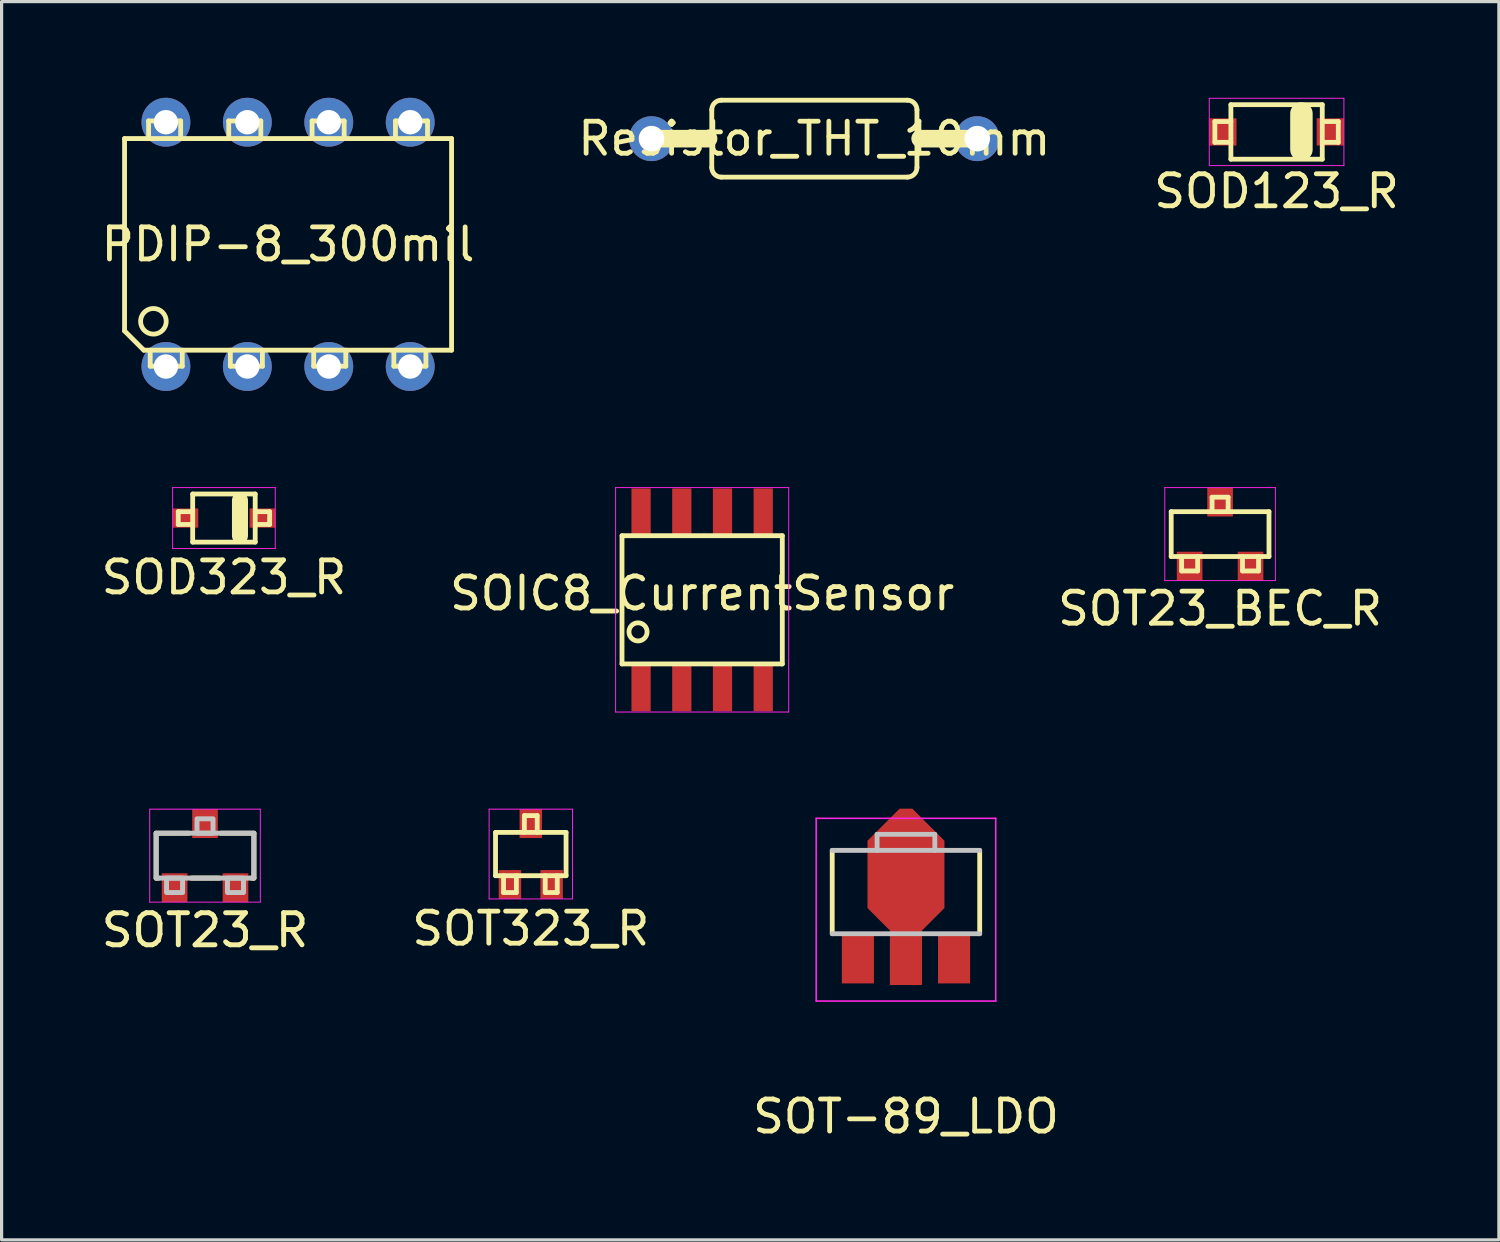
<source format=kicad_pcb>
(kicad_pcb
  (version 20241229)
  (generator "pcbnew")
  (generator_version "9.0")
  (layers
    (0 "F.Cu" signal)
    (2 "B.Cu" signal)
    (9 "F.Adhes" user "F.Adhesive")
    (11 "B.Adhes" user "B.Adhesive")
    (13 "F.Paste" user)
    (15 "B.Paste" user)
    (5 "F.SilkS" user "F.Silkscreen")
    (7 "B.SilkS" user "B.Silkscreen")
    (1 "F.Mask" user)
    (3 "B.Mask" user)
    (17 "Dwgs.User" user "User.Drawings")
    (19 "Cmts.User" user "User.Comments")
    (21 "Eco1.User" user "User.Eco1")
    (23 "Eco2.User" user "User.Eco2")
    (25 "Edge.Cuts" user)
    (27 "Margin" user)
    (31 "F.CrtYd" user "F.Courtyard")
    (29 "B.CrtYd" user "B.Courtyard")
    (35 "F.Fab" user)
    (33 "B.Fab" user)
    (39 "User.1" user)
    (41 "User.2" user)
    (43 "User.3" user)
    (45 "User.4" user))
  (footprint "Resistor_THT_10mm"
    (layer "F.Cu")
    (at 22.351 1.275)
    (property "Reference" "Resistor_THT_10mm" (at 0 0 0) (layer "F.SilkS") (effects (font (size 1 1) (thickness 0.15))))
    (attr through_hole)
    (fp_line (start -3.3 0) (end -5.1 0) (stroke (width 0.55) (type solid)) (layer "F.SilkS"))
    (fp_line (start -3.2 0.9) (end -3.2 -0.9) (stroke (width 0.15) (type solid)) (layer "F.SilkS"))
    (fp_line (start -2.9 1.2) (end 2.9 1.2) (stroke (width 0.15) (type solid)) (layer "F.SilkS"))
    (fp_line (start 2.9 -1.2) (end -2.9 -1.2) (stroke (width 0.15) (type solid)) (layer "F.SilkS"))
    (fp_line (start 3.2 -0.9) (end 3.2 0.9) (stroke (width 0.15) (type solid)) (layer "F.SilkS"))
    (fp_line (start 3.3 0) (end 5.1 0) (stroke (width 0.55) (type solid)) (layer "F.SilkS"))
    (fp_arc (start -3.2 -0.9) (mid -3.112132 -1.112132) (end -2.9 -1.2) (stroke (width 0.15) (type solid)) (layer "F.SilkS"))
    (fp_arc (start -2.9 1.2) (mid -3.112132 1.112132) (end -3.2 0.9) (stroke (width 0.15) (type solid)) (layer "F.SilkS"))
    (fp_arc (start 2.9 -1.2) (mid 3.112132 -1.112132) (end 3.2 -0.9) (stroke (width 0.15) (type solid)) (layer "F.SilkS"))
    (fp_arc (start 3.2 0.9) (mid 3.112132 1.112132) (end 2.9 1.2) (stroke (width 0.15) (type solid)) (layer "F.SilkS"))
    (pad "1" thru_hole circle (at -5.08 0) (size 1.4 1.4) (drill 0.8) (layers "*.Cu" "*.Mask"))
    (pad "2" thru_hole circle (at 5.08 0) (size 1.4 1.4) (drill 0.8) (layers "*.Cu" "*.Mask")))
  (footprint "SOD123_R"
    (layer "F.Cu")
    (at 36.768 1.065)
    (property "Reference" "SOD123_R" (at 0 1.85 0) (layer "F.SilkS") (effects (font (size 1 1) (thickness 0.15))))
    (attr smd)
    (fp_line (start -1.925 -0.325) (end -1.925 0.325) (stroke (width 0.15) (type solid)) (layer "F.SilkS"))
    (fp_line (start -1.925 -0.325) (end -1.425 -0.325) (stroke (width 0.15) (type solid)) (layer "F.SilkS"))
    (fp_line (start -1.925 0.325) (end -1.425 0.325) (stroke (width 0.15) (type solid)) (layer "F.SilkS"))
    (fp_line (start -1.425 0.85) (end -1.425 -0.85) (stroke (width 0.15) (type solid)) (layer "F.SilkS"))
    (fp_line (start 0.775 0.55) (end 0.775 -0.575) (stroke (width 0.7) (type solid)) (layer "F.SilkS"))
    (fp_line (start 1.425 -0.85) (end -1.425 -0.85) (stroke (width 0.15) (type solid)) (layer "F.SilkS"))
    (fp_line (start 1.425 -0.325) (end 1.925 -0.325) (stroke (width 0.15) (type solid)) (layer "F.SilkS"))
    (fp_line (start 1.425 0.85) (end -1.425 0.85) (stroke (width 0.15) (type solid)) (layer "F.SilkS"))
    (fp_line (start 1.425 0.85) (end 1.425 -0.85) (stroke (width 0.15) (type solid)) (layer "F.SilkS"))
    (fp_line (start 1.925 -0.325) (end 1.925 0.325) (stroke (width 0.15) (type solid)) (layer "F.SilkS"))
    (fp_line (start 1.925 0.325) (end 1.425 0.325) (stroke (width 0.15) (type solid)) (layer "F.SilkS"))
    (fp_line (start -2.1 -1.05) (end -2.1 1.05) (stroke (width 0.03) (type solid)) (layer "F.CrtYd"))
    (fp_line (start -2.1 -1.05) (end 2.1 -1.05) (stroke (width 0.03) (type solid)) (layer "F.CrtYd"))
    (fp_line (start 2.1 1.05) (end -2.1 1.05) (stroke (width 0.03) (type solid)) (layer "F.CrtYd"))
    (fp_line (start 2.1 1.05) (end 2.1 -1.05) (stroke (width 0.03) (type solid)) (layer "F.CrtYd"))
    (pad "A" smd rect (at -1.675 0) (size 0.85 0.85) (layers "F.Cu" "F.Mask" "F.Paste"))
    (pad "K" smd rect (at 1.675 0) (size 0.85 0.85) (layers "F.Cu" "F.Mask" "F.Paste")))
  (footprint "PDIP-8_300mil"
    (layer "F.Cu")
    (at 5.935 4.572)
    (property "Reference" "PDIP-8_300mil" (at 0 0 0) (layer "F.SilkS") (effects (font (size 1 1) (thickness 0.15))))
    (attr through_hole)
    (fp_line (start -5.1 -3.3) (end 5.1 -3.3) (stroke (width 0.15) (type solid)) (layer "F.SilkS"))
    (fp_line (start -5.1 2.7) (end -5.1 -3.3) (stroke (width 0.15) (type solid)) (layer "F.SilkS"))
    (fp_line (start -5.1 2.7) (end -4.5 3.3) (stroke (width 0.15) (type solid)) (layer "F.SilkS"))
    (fp_line (start -4.35 -3.85) (end -4.35 -3.35) (stroke (width 0.15) (type solid)) (layer "F.SilkS"))
    (fp_line (start -4.3 3.3) (end -4.3 3.8) (stroke (width 0.15) (type solid)) (layer "F.SilkS"))
    (fp_line (start -4.3 3.8) (end -3.3 3.8) (stroke (width 0.15) (type solid)) (layer "F.SilkS"))
    (fp_line (start -3.35 -3.85) (end -4.35 -3.85) (stroke (width 0.15) (type solid)) (layer "F.SilkS"))
    (fp_line (start -3.35 -3.35) (end -3.35 -3.85) (stroke (width 0.15) (type solid)) (layer "F.SilkS"))
    (fp_line (start -3.3 3.8) (end -3.3 3.3) (stroke (width 0.15) (type solid)) (layer "F.SilkS"))
    (fp_line (start -1.85 -3.85) (end -1.85 -3.35) (stroke (width 0.15) (type solid)) (layer "F.SilkS"))
    (fp_line (start -1.8 3.3) (end -1.8 3.8) (stroke (width 0.15) (type solid)) (layer "F.SilkS"))
    (fp_line (start -1.8 3.8) (end -0.8 3.8) (stroke (width 0.15) (type solid)) (layer "F.SilkS"))
    (fp_line (start -0.85 -3.85) (end -1.85 -3.85) (stroke (width 0.15) (type solid)) (layer "F.SilkS"))
    (fp_line (start -0.85 -3.35) (end -0.85 -3.85) (stroke (width 0.15) (type solid)) (layer "F.SilkS"))
    (fp_line (start -0.8 3.8) (end -0.8 3.3) (stroke (width 0.15) (type solid)) (layer "F.SilkS"))
    (fp_line (start 0.75 -3.85) (end 0.75 -3.35) (stroke (width 0.15) (type solid)) (layer "F.SilkS"))
    (fp_line (start 0.8 3.3) (end 0.8 3.8) (stroke (width 0.15) (type solid)) (layer "F.SilkS"))
    (fp_line (start 0.8 3.8) (end 1.8 3.8) (stroke (width 0.15) (type solid)) (layer "F.SilkS"))
    (fp_line (start 1.75 -3.85) (end 0.75 -3.85) (stroke (width 0.15) (type solid)) (layer "F.SilkS"))
    (fp_line (start 1.75 -3.35) (end 1.75 -3.85) (stroke (width 0.15) (type solid)) (layer "F.SilkS"))
    (fp_line (start 1.8 3.8) (end 1.8 3.3) (stroke (width 0.15) (type solid)) (layer "F.SilkS"))
    (fp_line (start 3.3 3.3) (end 3.3 3.8) (stroke (width 0.15) (type solid)) (layer "F.SilkS"))
    (fp_line (start 3.3 3.8) (end 4.3 3.8) (stroke (width 0.15) (type solid)) (layer "F.SilkS"))
    (fp_line (start 3.35 -3.85) (end 3.35 -3.35) (stroke (width 0.15) (type solid)) (layer "F.SilkS"))
    (fp_line (start 4.3 3.8) (end 4.3 3.3) (stroke (width 0.15) (type solid)) (layer "F.SilkS"))
    (fp_line (start 4.35 -3.85) (end 3.35 -3.85) (stroke (width 0.15) (type solid)) (layer "F.SilkS"))
    (fp_line (start 4.35 -3.35) (end 4.35 -3.85) (stroke (width 0.15) (type solid)) (layer "F.SilkS"))
    (fp_line (start 5.1 -3.3) (end 5.1 3.3) (stroke (width 0.15) (type solid)) (layer "F.SilkS"))
    (fp_line (start 5.1 3.3) (end -4.5 3.3) (stroke (width 0.15) (type solid)) (layer "F.SilkS"))
    (fp_circle (center -4.2 2.4) (end -3.8 2.4) (stroke (width 0.15) (type solid)) (fill no) (layer "F.SilkS"))
    (pad "1" thru_hole circle (at -3.81 3.81) (size 1.524 1.524) (drill 0.762) (layers "*.Cu" "*.Mask"))
    (pad "2" thru_hole circle (at -1.27 3.81) (size 1.524 1.524) (drill 0.762) (layers "*.Cu" "*.Mask"))
    (pad "3" thru_hole circle (at 1.27 3.81) (size 1.524 1.524) (drill 0.762) (layers "*.Cu" "*.Mask"))
    (pad "4" thru_hole circle (at 3.81 3.81) (size 1.524 1.524) (drill 0.762) (layers "*.Cu" "*.Mask"))
    (pad "5" thru_hole circle (at 3.81 -3.81) (size 1.524 1.524) (drill 0.762) (layers "*.Cu" "*.Mask"))
    (pad "6" thru_hole circle (at 1.27 -3.81) (size 1.524 1.524) (drill 0.762) (layers "*.Cu" "*.Mask"))
    (pad "7" thru_hole circle (at -1.27 -3.81) (size 1.524 1.524) (drill 0.762) (layers "*.Cu" "*.Mask"))
    (pad "8" thru_hole circle (at -3.81 -3.81) (size 1.524 1.524) (drill 0.762) (layers "*.Cu" "*.Mask")))
  (footprint "SOT23_R"
    (layer "F.Cu")
    (at 3.345 23.639)
    (property "Reference" "SOT23_R" (at 0 2.325 0) (layer "F.SilkS") (effects (font (size 1 1) (thickness 0.154))))
    (attr smd)
    (fp_line (start -1.525 -0.7) (end -0.5 -0.7) (stroke (width 0.154) (type solid)) (layer "F.SilkS"))
    (fp_line (start -1.525 0.7) (end -1.525 -0.7) (stroke (width 0.154) (type solid)) (layer "F.SilkS"))
    (fp_line (start -1.45 0.7) (end -1.525 0.7) (stroke (width 0.154) (type solid)) (layer "F.SilkS"))
    (fp_line (start 0.45 0.7) (end -0.425 0.7) (stroke (width 0.154) (type solid)) (layer "F.SilkS"))
    (fp_line (start 0.5 -0.7) (end 1.525 -0.7) (stroke (width 0.154) (type solid)) (layer "F.SilkS"))
    (fp_line (start 1.525 -0.7) (end 1.525 0.7) (stroke (width 0.154) (type solid)) (layer "F.SilkS"))
    (fp_line (start 1.525 0.7) (end 1.45 0.7) (stroke (width 0.154) (type solid)) (layer "F.SilkS"))
    (fp_rect (start -1.525 -0.7) (end 1.525 0.7) (stroke (width 0.154) (type default)) (fill no) (layer "Dwgs.User"))
    (fp_rect (start -1.2 0.7) (end -0.7 1.15) (stroke (width 0.154) (type default)) (fill no) (layer "Dwgs.User"))
    (fp_rect (start -0.25 -1.15) (end 0.25 -0.7) (stroke (width 0.154) (type default)) (fill no) (layer "Dwgs.User"))
    (fp_rect (start 0.7 0.7) (end 1.2 1.15) (stroke (width 0.154) (type default)) (fill no) (layer "Dwgs.User"))
    (fp_line (start -1.725 -1.45) (end 1.725 -1.45) (stroke (width 0.03) (type solid)) (layer "F.CrtYd"))
    (fp_line (start -1.725 1.45) (end -1.725 -1.45) (stroke (width 0.03) (type solid)) (layer "F.CrtYd"))
    (fp_line (start 1.725 -1.45) (end 1.725 1.45) (stroke (width 0.03) (type solid)) (layer "F.CrtYd"))
    (fp_line (start 1.725 1.45) (end -1.725 1.45) (stroke (width 0.03) (type solid)) (layer "F.CrtYd"))
    (pad "1" smd rect (at -0.95 1) (size 0.8 0.9) (layers "F.Cu" "F.Mask" "F.Paste"))
    (pad "2" smd rect (at 0.95 1) (size 0.8 0.9) (layers "F.Cu" "F.Mask" "F.Paste"))
    (pad "3" smd rect (at 0 -1) (size 0.8 0.9) (layers "F.Cu" "F.Mask" "F.Paste")))
  (footprint "SOT323_R"
    (layer "F.Cu")
    (at 13.506 23.589)
    (property "Reference" "SOT323_R" (at 0 2.325 0) (layer "F.SilkS") (effects (font (size 1 1) (thickness 0.15))))
    (attr smd)
    (fp_line (start -1.1 -0.675) (end 1.1 -0.675) (stroke (width 0.15) (type solid)) (layer "F.SilkS"))
    (fp_line (start -1.1 0.675) (end -1.1 -0.675) (stroke (width 0.15) (type solid)) (layer "F.SilkS"))
    (fp_line (start -0.85 0.675) (end -0.85 1.2) (stroke (width 0.15) (type solid)) (layer "F.SilkS"))
    (fp_line (start -0.85 1.2) (end -0.45 1.2) (stroke (width 0.15) (type solid)) (layer "F.SilkS"))
    (fp_line (start -0.45 1.2) (end -0.45 0.675) (stroke (width 0.15) (type solid)) (layer "F.SilkS"))
    (fp_line (start -0.2 -1.2) (end -0.2 -0.675) (stroke (width 0.15) (type solid)) (layer "F.SilkS"))
    (fp_line (start 0.2 -1.2) (end -0.2 -1.2) (stroke (width 0.15) (type solid)) (layer "F.SilkS"))
    (fp_line (start 0.2 -0.675) (end 0.2 -1.2) (stroke (width 0.15) (type solid)) (layer "F.SilkS"))
    (fp_line (start 0.45 0.675) (end 0.45 1.2) (stroke (width 0.15) (type solid)) (layer "F.SilkS"))
    (fp_line (start 0.45 1.2) (end 0.825 1.2) (stroke (width 0.15) (type solid)) (layer "F.SilkS"))
    (fp_line (start 0.825 1.2) (end 0.825 0.675) (stroke (width 0.15) (type solid)) (layer "F.SilkS"))
    (fp_line (start 1.1 -0.675) (end 1.1 0.675) (stroke (width 0.15) (type solid)) (layer "F.SilkS"))
    (fp_line (start 1.1 0.675) (end -1.1 0.675) (stroke (width 0.15) (type solid)) (layer "F.SilkS"))
    (fp_line (start -1.3 -1.4) (end 1.3 -1.4) (stroke (width 0.03) (type solid)) (layer "F.CrtYd"))
    (fp_line (start -1.3 1.4) (end -1.3 -1.4) (stroke (width 0.03) (type solid)) (layer "F.CrtYd"))
    (fp_line (start 1.3 -1.4) (end 1.3 1.4) (stroke (width 0.03) (type solid)) (layer "F.CrtYd"))
    (fp_line (start 1.3 1.4) (end -1.3 1.4) (stroke (width 0.03) (type solid)) (layer "F.CrtYd"))
    (pad "1" smd rect (at -0.65 0.95) (size 0.7 0.9) (layers "F.Cu" "F.Mask" "F.Paste"))
    (pad "2" smd rect (at 0.65 0.95) (size 0.7 0.9) (layers "F.Cu" "F.Mask" "F.Paste"))
    (pad "3" smd rect (at 0 -0.95) (size 0.7 0.9) (layers "F.Cu" "F.Mask" "F.Paste")))
  (footprint "SOT-89_LDO"
    (layer "F.Cu")
    (at 25.208 24.774)
    (property "Reference" "SOT-89_LDO" (at 0 7 0) (layer "F.SilkS") (effects (font (size 1 1) (thickness 0.15))))
    (attr through_hole)
    (fp_poly (pts (xy 1.2 -1.6) (xy 1.2 0.5) (xy 0.5 1.2) (xy 0.5 2.9) (xy -0.5 2.9) (xy -0.5 1.2) (xy -1.2 0.5) (xy -1.2 -1.6) (xy -0.2 -2.6) (xy 0.2 -2.6)) (stroke (width 0) (type solid)) (fill yes) (layer "F.Cu"))
    (fp_line (start -2.3 1.3) (end -2.3 -1.3) (stroke (width 0.15) (type solid)) (layer "F.SilkS"))
    (fp_line (start 2.3 -1.3) (end 2.3 1.3) (stroke (width 0.15) (type solid)) (layer "F.SilkS"))
    (fp_line (start -2.3 -1.3) (end 2.3 -1.3) (stroke (width 0.15) (type solid)) (layer "Dwgs.User"))
    (fp_line (start -0.9 -1.8) (end -0.9 -1.3) (stroke (width 0.15) (type solid)) (layer "Dwgs.User"))
    (fp_line (start 0.9 -1.8) (end -0.9 -1.8) (stroke (width 0.15) (type solid)) (layer "Dwgs.User"))
    (fp_line (start 0.9 -1.3) (end 0.9 -1.8) (stroke (width 0.15) (type solid)) (layer "Dwgs.User"))
    (fp_line (start 2.3 1.3) (end -2.3 1.3) (stroke (width 0.15) (type solid)) (layer "Dwgs.User"))
    (fp_line (start -2.8 -2.3) (end -2.8 3.4) (stroke (width 0.05) (type solid)) (layer "F.CrtYd"))
    (fp_line (start -2.8 3.4) (end 2.8 3.4) (stroke (width 0.05) (type solid)) (layer "F.CrtYd"))
    (fp_line (start 2.8 -2.3) (end -2.8 -2.3) (stroke (width 0.05) (type solid)) (layer "F.CrtYd"))
    (fp_line (start 2.8 3.4) (end 2.8 -2.3) (stroke (width 0.05) (type solid)) (layer "F.CrtYd"))
    (pad "1" smd rect (at -1.5 2.1) (size 1 1.5) (layers "F.Cu" "F.Mask" "F.Paste"))
    (pad "2" smd rect (at 0 2.1) (size 1 1.5) (layers "F.Cu" "F.Mask" "F.Paste"))
    (pad "3" smd rect (at 1.5 2.1) (size 1 1.5) (layers "F.Cu" "F.Mask" "F.Paste")))
  (footprint "SOIC8_CurrentSensor"
    (layer "F.Cu")
    (at 18.851 15.659)
    (property "Reference" "SOIC8_CurrentSensor" (at 0 -0.2 0) (layer "F.SilkS") (effects (font (size 1 1) (thickness 0.15))))
    (attr smd)
    (fp_line (start -2.5 -2) (end 2.5 -2) (stroke (width 0.15) (type solid)) (layer "F.SilkS"))
    (fp_line (start -2.5 2) (end -2.5 -2) (stroke (width 0.15) (type solid)) (layer "F.SilkS"))
    (fp_line (start 2.5 -2) (end 2.5 2) (stroke (width 0.15) (type solid)) (layer "F.SilkS"))
    (fp_line (start 2.5 2) (end -2.5 2) (stroke (width 0.15) (type solid)) (layer "F.SilkS"))
    (fp_circle (center -2 1) (end -1.8 0.8) (stroke (width 0.15) (type solid)) (fill no) (layer "F.SilkS"))
    (fp_line (start -2.7 -3.5) (end 2.7 -3.5) (stroke (width 0.03) (type solid)) (layer "F.CrtYd"))
    (fp_line (start -2.7 3.5) (end -2.7 -3.5) (stroke (width 0.03) (type solid)) (layer "F.CrtYd"))
    (fp_line (start 2.7 -3.5) (end 2.7 3.5) (stroke (width 0.03) (type solid)) (layer "F.CrtYd"))
    (fp_line (start 2.7 3.5) (end -2.7 3.5) (stroke (width 0.03) (type solid)) (layer "F.CrtYd"))
    (pad "1" smd rect (at -1.905 2.715) (size 0.6 1.52) (layers "F.Cu" "F.Mask" "F.Paste"))
    (pad "2" smd rect (at -0.635 2.715) (size 0.6 1.52) (layers "F.Cu" "F.Mask" "F.Paste"))
    (pad "3" smd rect (at 0.635 2.715) (size 0.6 1.52) (layers "F.Cu" "F.Mask" "F.Paste"))
    (pad "4" smd rect (at 1.905 2.715) (size 0.6 1.52) (layers "F.Cu" "F.Mask" "F.Paste"))
    (pad "5" smd rect (at 1.905 -2.715) (size 0.6 1.52) (layers "F.Cu" "F.Mask" "F.Paste"))
    (pad "6" smd rect (at 0.635 -2.715) (size 0.6 1.52) (layers "F.Cu" "F.Mask" "F.Paste"))
    (pad "7" smd rect (at -0.635 -2.715) (size 0.6 1.52) (layers "F.Cu" "F.Mask" "F.Paste"))
    (pad "8" smd rect (at -1.905 -2.715) (size 0.6 1.52) (layers "F.Cu" "F.Mask" "F.Paste")))
  (footprint "SOT23_BEC_R"
    (layer "F.Cu")
    (at 35.006 13.609)
    (property "Reference" "SOT23_BEC_R" (at 0 2.325 0) (layer "F.SilkS") (effects (font (size 1 1) (thickness 0.15))))
    (attr smd)
    (fp_line (start -1.525 -0.7) (end 1.525 -0.7) (stroke (width 0.15) (type solid)) (layer "F.SilkS"))
    (fp_line (start -1.525 0.7) (end -1.525 -0.7) (stroke (width 0.15) (type solid)) (layer "F.SilkS"))
    (fp_line (start -1.2 1.15) (end -1.2 0.7) (stroke (width 0.15) (type solid)) (layer "F.SilkS"))
    (fp_line (start -0.7 0.7) (end -0.7 1.15) (stroke (width 0.15) (type solid)) (layer "F.SilkS"))
    (fp_line (start -0.7 1.15) (end -1.2 1.15) (stroke (width 0.15) (type solid)) (layer "F.SilkS"))
    (fp_line (start -0.25 -1.15) (end 0.25 -1.15) (stroke (width 0.15) (type solid)) (layer "F.SilkS"))
    (fp_line (start -0.25 -0.7) (end -0.25 -1.15) (stroke (width 0.15) (type solid)) (layer "F.SilkS"))
    (fp_line (start 0.25 -1.15) (end 0.25 -0.7) (stroke (width 0.15) (type solid)) (layer "F.SilkS"))
    (fp_line (start 0.7 1.15) (end 0.7 0.7) (stroke (width 0.15) (type solid)) (layer "F.SilkS"))
    (fp_line (start 1.2 0.7) (end 1.2 1.15) (stroke (width 0.15) (type solid)) (layer "F.SilkS"))
    (fp_line (start 1.2 1.15) (end 0.7 1.15) (stroke (width 0.15) (type solid)) (layer "F.SilkS"))
    (fp_line (start 1.525 -0.7) (end 1.525 0.7) (stroke (width 0.15) (type solid)) (layer "F.SilkS"))
    (fp_line (start 1.525 0.7) (end -1.525 0.7) (stroke (width 0.15) (type solid)) (layer "F.SilkS"))
    (fp_line (start -1.725 -1.45) (end 1.725 -1.45) (stroke (width 0.03) (type solid)) (layer "F.CrtYd"))
    (fp_line (start -1.725 1.45) (end -1.725 -1.45) (stroke (width 0.03) (type solid)) (layer "F.CrtYd"))
    (fp_line (start 1.725 -1.45) (end 1.725 1.45) (stroke (width 0.03) (type solid)) (layer "F.CrtYd"))
    (fp_line (start 1.725 1.45) (end -1.725 1.45) (stroke (width 0.03) (type solid)) (layer "F.CrtYd"))
    (pad "B" smd rect (at -0.95 1) (size 0.8 0.9) (layers "F.Cu" "F.Mask" "F.Paste"))
    (pad "C" smd rect (at 0 -1) (size 0.8 0.9) (layers "F.Cu" "F.Mask" "F.Paste"))
    (pad "E" smd rect (at 0.95 1) (size 0.8 0.9) (layers "F.Cu" "F.Mask" "F.Paste")))
  (footprint "SOD323_R"
    (layer "F.Cu")
    (at 3.935 13.109)
    (property "Reference" "SOD323_R" (at 0 1.85 0) (layer "F.SilkS") (effects (font (size 1 1) (thickness 0.15))))
    (attr smd)
    (fp_line (start -1.425 -0.2) (end -1.425 0.2) (stroke (width 0.15) (type solid)) (layer "F.SilkS"))
    (fp_line (start -1.425 -0.2) (end -0.975 -0.2) (stroke (width 0.15) (type solid)) (layer "F.SilkS"))
    (fp_line (start -1.425 0.2) (end -0.975 0.2) (stroke (width 0.15) (type solid)) (layer "F.SilkS"))
    (fp_line (start -0.975 0.75) (end -0.975 -0.75) (stroke (width 0.15) (type solid)) (layer "F.SilkS"))
    (fp_line (start -0.975 0.75) (end 0.975 0.75) (stroke (width 0.15) (type solid)) (layer "F.SilkS"))
    (fp_line (start 0.5 0.55) (end 0.5 -0.55) (stroke (width 0.5) (type solid)) (layer "F.SilkS"))
    (fp_line (start 0.975 -0.75) (end -0.975 -0.75) (stroke (width 0.15) (type solid)) (layer "F.SilkS"))
    (fp_line (start 0.975 0.75) (end 0.975 -0.75) (stroke (width 0.15) (type solid)) (layer "F.SilkS"))
    (fp_line (start 1.425 -0.2) (end 0.975 -0.2) (stroke (width 0.15) (type solid)) (layer "F.SilkS"))
    (fp_line (start 1.425 -0.2) (end 1.425 0.2) (stroke (width 0.15) (type solid)) (layer "F.SilkS"))
    (fp_line (start 1.425 0.2) (end 0.975 0.2) (stroke (width 0.15) (type solid)) (layer "F.SilkS"))
    (fp_line (start -1.6 -0.95) (end -1.6 0.95) (stroke (width 0.03) (type solid)) (layer "F.CrtYd"))
    (fp_line (start -1.6 -0.95) (end 1.6 -0.95) (stroke (width 0.03) (type solid)) (layer "F.CrtYd"))
    (fp_line (start 1.6 0.95) (end -1.6 0.95) (stroke (width 0.03) (type solid)) (layer "F.CrtYd"))
    (fp_line (start 1.6 0.95) (end 1.6 -0.95) (stroke (width 0.03) (type solid)) (layer "F.CrtYd"))
    (pad "A" smd rect (at -1.2 0) (size 0.8 0.6) (layers "F.Cu" "F.Mask" "F.Paste"))
    (pad "K" smd rect (at 1.2 0) (size 0.8 0.6) (layers "F.Cu" "F.Mask" "F.Paste")))
  (gr_rect
    (start -3 -3)
    (end 43.702 35.622)
    (stroke (width 0.1) (type default))
    (fill no)
    (layer "Edge.Cuts")))
</source>
